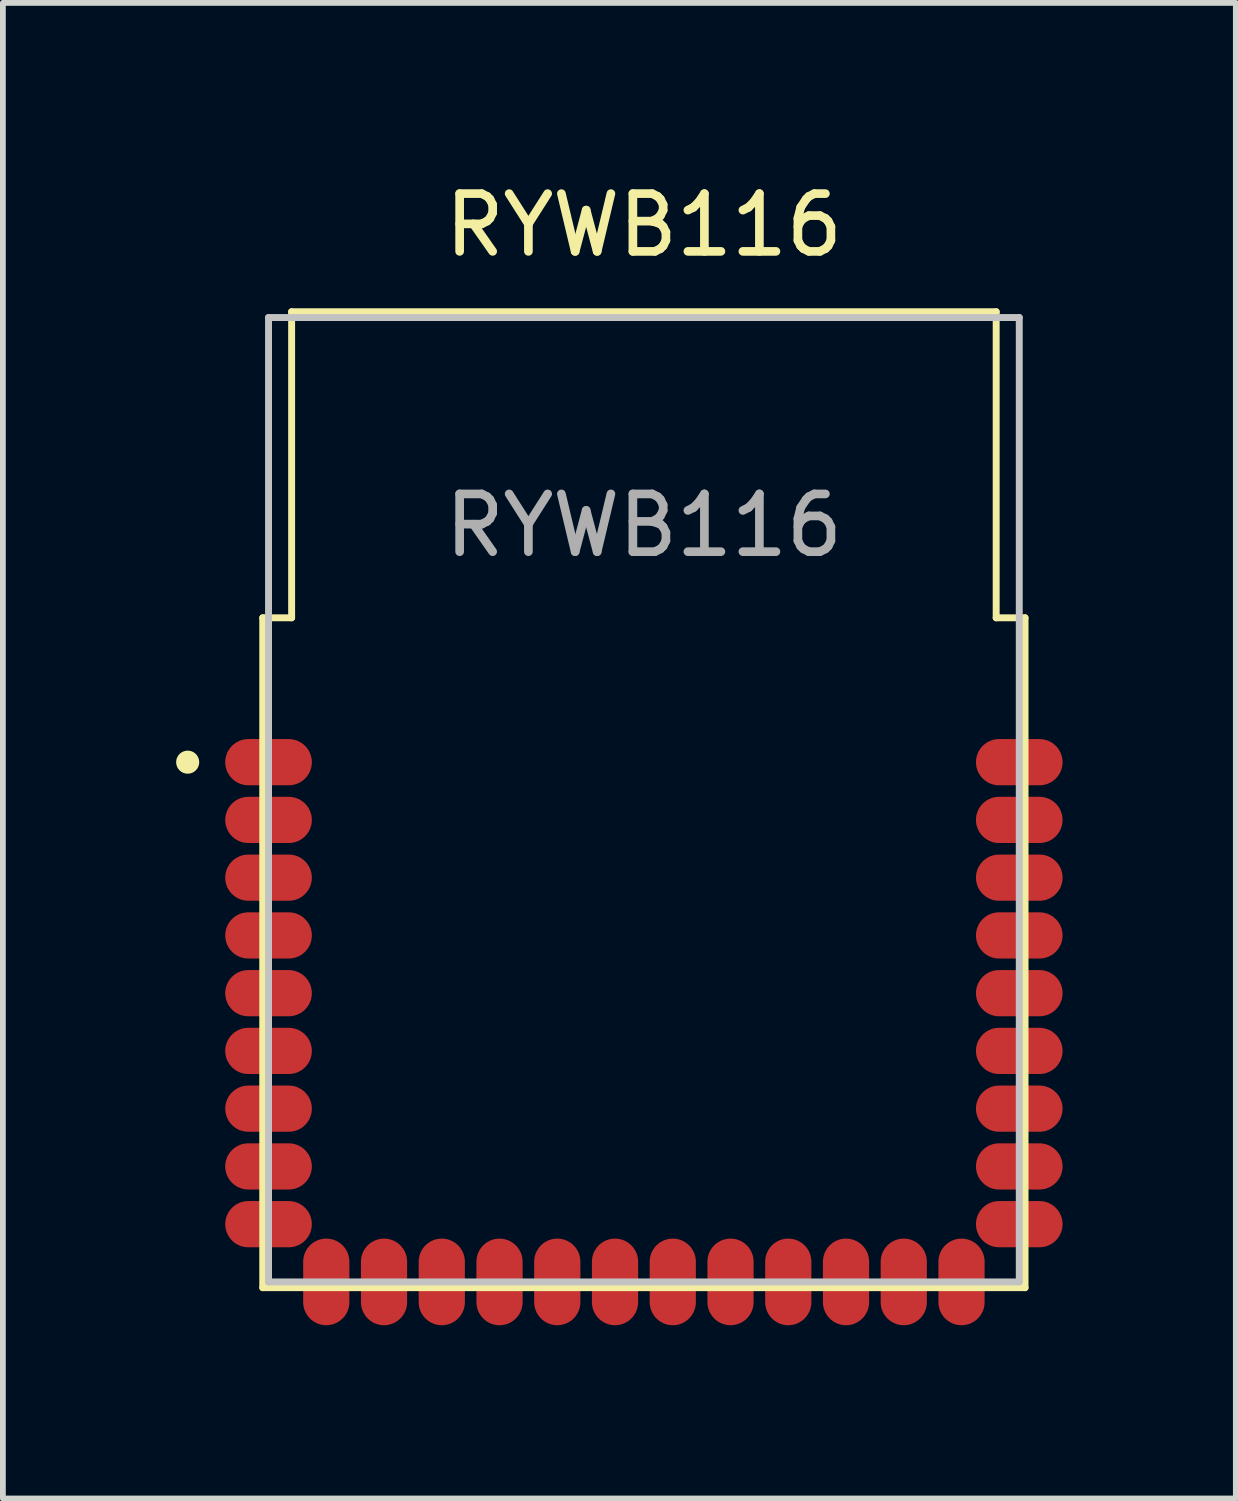
<source format=kicad_pcb>
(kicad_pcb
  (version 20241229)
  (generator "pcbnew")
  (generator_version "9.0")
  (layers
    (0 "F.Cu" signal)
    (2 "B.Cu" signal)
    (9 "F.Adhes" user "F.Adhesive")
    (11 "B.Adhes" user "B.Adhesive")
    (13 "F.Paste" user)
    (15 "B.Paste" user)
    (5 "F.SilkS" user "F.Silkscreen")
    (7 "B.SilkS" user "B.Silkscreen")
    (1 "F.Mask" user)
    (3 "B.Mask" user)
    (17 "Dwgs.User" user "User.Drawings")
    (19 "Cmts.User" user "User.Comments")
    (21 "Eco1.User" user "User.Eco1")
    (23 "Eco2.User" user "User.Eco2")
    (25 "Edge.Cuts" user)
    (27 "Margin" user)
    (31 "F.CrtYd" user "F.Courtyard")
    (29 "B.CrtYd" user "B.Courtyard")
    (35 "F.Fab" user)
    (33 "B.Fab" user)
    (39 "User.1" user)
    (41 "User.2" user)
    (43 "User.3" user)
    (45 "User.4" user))
  (footprint "RYWB116"
    (layer "F.Cu")
    (at 8.1 15.148)
    (property "Reference" "RYWB116" (at 0 -14.3 0) (unlocked yes) (layer "F.SilkS") (effects (font (size 1 1) (thickness 0.15))))
    (attr smd)
    (fp_line (start -6.6 -7.5) (end -6.1 -7.5) (stroke (width 0.12) (type solid)) (layer "F.SilkS"))
    (fp_line (start -6.6 4.1) (end -6.6 -7.5) (stroke (width 0.12) (type solid)) (layer "F.SilkS"))
    (fp_line (start -6.6 4.1) (end 6.6 4.1) (stroke (width 0.12) (type solid)) (layer "F.SilkS"))
    (fp_line (start -6.1 -12.8) (end 6.1 -12.8) (stroke (width 0.12) (type solid)) (layer "F.SilkS"))
    (fp_line (start -6.1 -7.5) (end -6.1 -12.8) (stroke (width 0.12) (type solid)) (layer "F.SilkS"))
    (fp_line (start 6.1 -7.5) (end 6.1 -12.8) (stroke (width 0.12) (type solid)) (layer "F.SilkS"))
    (fp_line (start 6.6 -7.5) (end 6.1 -7.5) (stroke (width 0.12) (type solid)) (layer "F.SilkS"))
    (fp_line (start 6.6 4.1) (end 6.6 -7.5) (stroke (width 0.12) (type solid)) (layer "F.SilkS"))
    (fp_circle (center -7.9 -5) (end -7.8 -5) (stroke (width 0.2) (type solid)) (fill no) (layer "F.SilkS"))
    (fp_line (start -6.5 -12.7) (end -6.5 4) (stroke (width 0.12) (type solid)) (layer "Dwgs.User"))
    (fp_line (start -6.5 4) (end 6.5 4) (stroke (width 0.12) (type solid)) (layer "Dwgs.User"))
    (fp_line (start 6.5 -12.7) (end -6.5 -12.7) (stroke (width 0.12) (type solid)) (layer "Dwgs.User"))
    (fp_line (start 6.5 4) (end 6.5 -12.7) (stroke (width 0.12) (type solid)) (layer "Dwgs.User"))
    (fp_text user "${REFERENCE}" (at 0 -9.1 0) (unlocked yes) (layer "F.Fab") (effects (font (size 1 1) (thickness 0.15))))
    (pad "1" smd oval (at -6.5 -5 90) (size 0.8 1.5) (layers "F.Cu" "F.Mask" "F.Paste"))
    (pad "2" smd oval (at -6.5 -4 90) (size 0.8 1.5) (layers "F.Cu" "F.Mask" "F.Paste"))
    (pad "3" smd oval (at -6.5 -3 90) (size 0.8 1.5) (layers "F.Cu" "F.Mask" "F.Paste"))
    (pad "4" smd oval (at -6.5 -2 90) (size 0.8 1.5) (layers "F.Cu" "F.Mask" "F.Paste"))
    (pad "5" smd oval (at -6.5 -1 90) (size 0.8 1.5) (layers "F.Cu" "F.Mask" "F.Paste"))
    (pad "6" smd oval (at -6.5 0 90) (size 0.8 1.5) (layers "F.Cu" "F.Mask" "F.Paste"))
    (pad "7" smd oval (at -6.5 1 90) (size 0.8 1.5) (layers "F.Cu" "F.Mask" "F.Paste"))
    (pad "8" smd oval (at -6.5 2 90) (size 0.8 1.5) (layers "F.Cu" "F.Mask" "F.Paste"))
    (pad "9" smd oval (at -6.5 3 90) (size 0.8 1.5) (layers "F.Cu" "F.Mask" "F.Paste"))
    (pad "10" smd oval (at -5.5 4) (size 0.8 1.5) (layers "F.Cu" "F.Mask" "F.Paste"))
    (pad "11" smd oval (at -4.5 4) (size 0.8 1.5) (layers "F.Cu" "F.Mask" "F.Paste"))
    (pad "12" smd oval (at -3.5 4) (size 0.8 1.5) (layers "F.Cu" "F.Mask" "F.Paste"))
    (pad "13" smd oval (at -2.5 4) (size 0.8 1.5) (layers "F.Cu" "F.Mask" "F.Paste"))
    (pad "14" smd oval (at -1.5 4) (size 0.8 1.5) (layers "F.Cu" "F.Mask" "F.Paste"))
    (pad "15" smd oval (at -0.5 4) (size 0.8 1.5) (layers "F.Cu" "F.Mask" "F.Paste"))
    (pad "16" smd oval (at 0.5 4) (size 0.8 1.5) (layers "F.Cu" "F.Mask" "F.Paste"))
    (pad "17" smd oval (at 1.5 4) (size 0.8 1.5) (layers "F.Cu" "F.Mask" "F.Paste"))
    (pad "18" smd oval (at 2.5 4) (size 0.8 1.5) (layers "F.Cu" "F.Mask" "F.Paste"))
    (pad "19" smd oval (at 3.5 4) (size 0.8 1.5) (layers "F.Cu" "F.Mask" "F.Paste"))
    (pad "20" smd oval (at 4.5 4) (size 0.8 1.5) (layers "F.Cu" "F.Mask" "F.Paste"))
    (pad "21" smd oval (at 5.5 4) (size 0.8 1.5) (layers "F.Cu" "F.Mask" "F.Paste"))
    (pad "22" smd oval (at 6.5 3 90) (size 0.8 1.5) (layers "F.Cu" "F.Mask" "F.Paste"))
    (pad "23" smd oval (at 6.5 2 90) (size 0.8 1.5) (layers "F.Cu" "F.Mask" "F.Paste"))
    (pad "24" smd oval (at 6.5 1 90) (size 0.8 1.5) (layers "F.Cu" "F.Mask" "F.Paste"))
    (pad "25" smd oval (at 6.5 0 90) (size 0.8 1.5) (layers "F.Cu" "F.Mask" "F.Paste"))
    (pad "26" smd oval (at 6.5 -1 90) (size 0.8 1.5) (layers "F.Cu" "F.Mask" "F.Paste"))
    (pad "27" smd oval (at 6.5 -2 90) (size 0.8 1.5) (layers "F.Cu" "F.Mask" "F.Paste"))
    (pad "28" smd oval (at 6.5 -3 90) (size 0.8 1.5) (layers "F.Cu" "F.Mask" "F.Paste"))
    (pad "29" smd oval (at 6.5 -4 90) (size 0.8 1.5) (layers "F.Cu" "F.Mask" "F.Paste"))
    (pad "30" smd oval (at 6.5 -5 90) (size 0.8 1.5) (layers "F.Cu" "F.Mask" "F.Paste")))
  (gr_rect
    (start -3 -3)
    (end 18.35 22.898)
    (stroke (width 0.1) (type default))
    (fill no)
    (layer "Edge.Cuts")))
</source>
